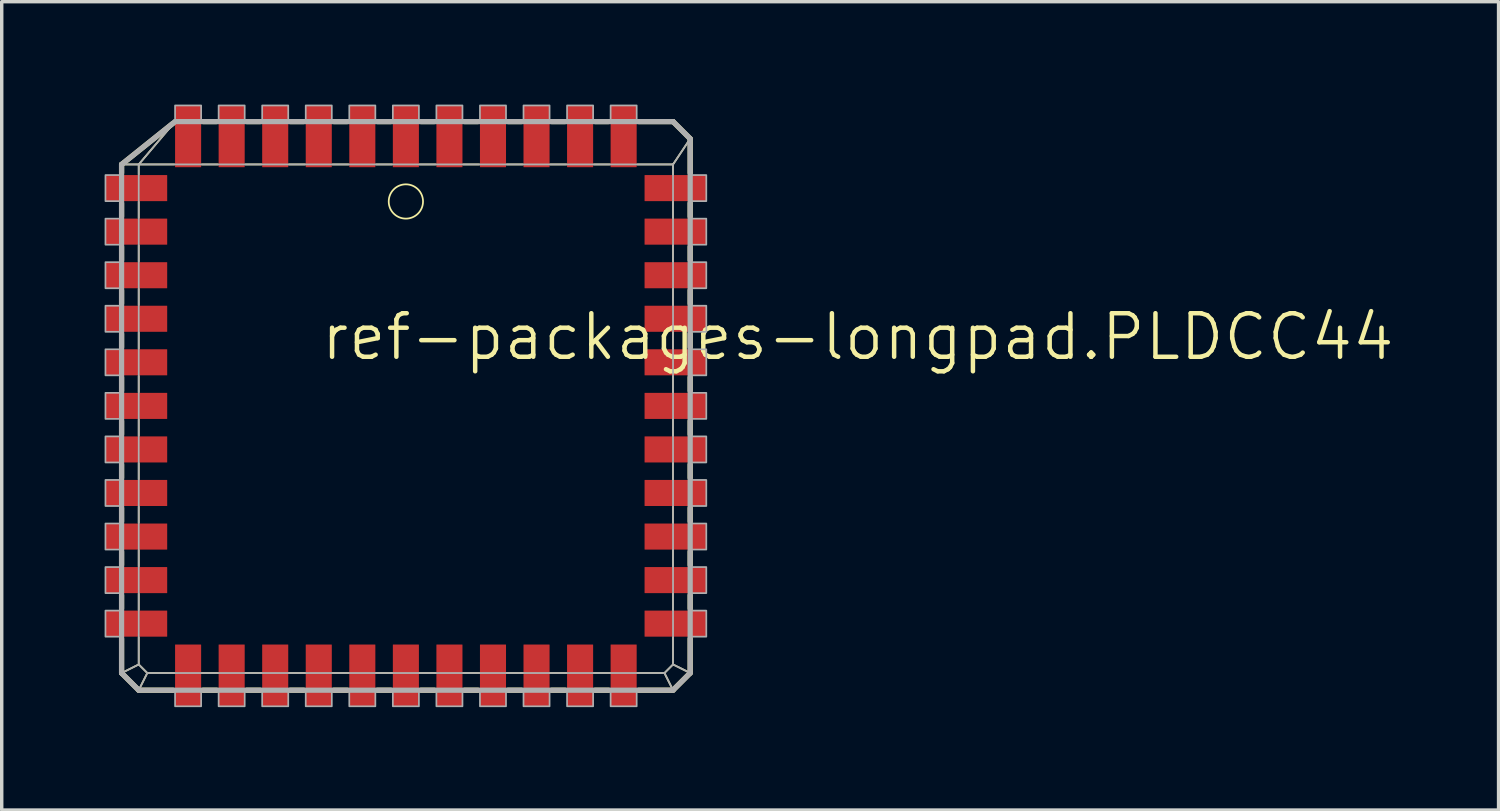
<source format=kicad_pcb>
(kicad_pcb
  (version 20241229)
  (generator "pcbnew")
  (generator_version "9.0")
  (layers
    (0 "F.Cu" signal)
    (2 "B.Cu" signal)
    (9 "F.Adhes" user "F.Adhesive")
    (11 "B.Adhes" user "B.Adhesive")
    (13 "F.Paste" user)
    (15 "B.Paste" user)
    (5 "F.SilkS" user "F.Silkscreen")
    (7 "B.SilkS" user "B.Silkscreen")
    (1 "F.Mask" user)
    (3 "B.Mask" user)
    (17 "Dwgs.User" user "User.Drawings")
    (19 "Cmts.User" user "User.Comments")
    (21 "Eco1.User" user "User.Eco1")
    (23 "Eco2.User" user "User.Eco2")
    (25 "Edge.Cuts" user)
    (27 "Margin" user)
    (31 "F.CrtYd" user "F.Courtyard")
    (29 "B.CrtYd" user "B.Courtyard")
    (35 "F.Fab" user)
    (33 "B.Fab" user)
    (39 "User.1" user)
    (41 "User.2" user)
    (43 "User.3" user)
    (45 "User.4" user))
  (footprint "ref-packages-longpad.PLDCC44"
    (layer "F.Cu")
    (at 8.785 8.785)
    (property "Reference" "ref-packages-longpad.PLDCC44" (at -2.54 -1.27 0) (layer "F.SilkS") (effects (font (size 1.27 1.27) (thickness 0.13)) (justify left bottom)))
    (attr smd)
    (fp_line (start -8.29 -7.04) (end -7.79 -7.04) (stroke (width 0.051) (type default)) (layer "F.SilkS"))
    (fp_line (start -8.29 -7.04) (end -6.79 -8.24) (stroke (width 0.152) (type default)) (layer "F.SilkS"))
    (fp_line (start -8.29 -6.79) (end -8.29 -7.04) (stroke (width 0.152) (type default)) (layer "F.SilkS"))
    (fp_line (start -8.29 -5.52) (end -8.29 -5.91) (stroke (width 0.152) (type default)) (layer "F.SilkS"))
    (fp_line (start -8.29 -4.25) (end -8.29 -4.64) (stroke (width 0.152) (type default)) (layer "F.SilkS"))
    (fp_line (start -8.29 -2.98) (end -8.29 -3.37) (stroke (width 0.152) (type default)) (layer "F.SilkS"))
    (fp_line (start -8.29 -1.71) (end -8.29 -2.1) (stroke (width 0.152) (type default)) (layer "F.SilkS"))
    (fp_line (start -8.29 -0.44) (end -8.29 -0.83) (stroke (width 0.152) (type default)) (layer "F.SilkS"))
    (fp_line (start -8.29 0.83) (end -8.29 0.44) (stroke (width 0.152) (type default)) (layer "F.SilkS"))
    (fp_line (start -8.29 2.1) (end -8.29 1.71) (stroke (width 0.152) (type default)) (layer "F.SilkS"))
    (fp_line (start -8.29 3.37) (end -8.29 2.98) (stroke (width 0.152) (type default)) (layer "F.SilkS"))
    (fp_line (start -8.29 4.64) (end -8.29 4.25) (stroke (width 0.152) (type default)) (layer "F.SilkS"))
    (fp_line (start -8.29 5.91) (end -8.29 5.52) (stroke (width 0.152) (type default)) (layer "F.SilkS"))
    (fp_line (start -8.29 7.79) (end -8.29 6.79) (stroke (width 0.152) (type default)) (layer "F.SilkS"))
    (fp_line (start -8.29 7.79) (end -7.79 7.54) (stroke (width 0.051) (type default)) (layer "F.SilkS"))
    (fp_line (start -7.79 -7.04) (end -6.75 -8.27) (stroke (width 0.051) (type default)) (layer "F.SilkS"))
    (fp_line (start -7.79 -7.04) (end -6.75 -7.04) (stroke (width 0.051) (type default)) (layer "F.SilkS"))
    (fp_line (start -7.79 -6.75) (end -7.79 -7.04) (stroke (width 0.051) (type default)) (layer "F.SilkS"))
    (fp_line (start -7.79 -5.48) (end -7.79 -5.95) (stroke (width 0.051) (type default)) (layer "F.SilkS"))
    (fp_line (start -7.79 -4.21) (end -7.79 -4.68) (stroke (width 0.051) (type default)) (layer "F.SilkS"))
    (fp_line (start -7.79 -2.94) (end -7.79 -3.41) (stroke (width 0.051) (type default)) (layer "F.SilkS"))
    (fp_line (start -7.79 -1.67) (end -7.79 -2.14) (stroke (width 0.051) (type default)) (layer "F.SilkS"))
    (fp_line (start -7.79 -0.4) (end -7.79 -0.87) (stroke (width 0.051) (type default)) (layer "F.SilkS"))
    (fp_line (start -7.79 0.87) (end -7.79 0.4) (stroke (width 0.051) (type default)) (layer "F.SilkS"))
    (fp_line (start -7.79 2.14) (end -7.79 1.67) (stroke (width 0.051) (type default)) (layer "F.SilkS"))
    (fp_line (start -7.79 3.41) (end -7.79 2.94) (stroke (width 0.051) (type default)) (layer "F.SilkS"))
    (fp_line (start -7.79 4.68) (end -7.79 4.21) (stroke (width 0.051) (type default)) (layer "F.SilkS"))
    (fp_line (start -7.79 5.95) (end -7.79 5.48) (stroke (width 0.051) (type default)) (layer "F.SilkS"))
    (fp_line (start -7.79 7.54) (end -7.79 6.75) (stroke (width 0.051) (type default)) (layer "F.SilkS"))
    (fp_line (start -7.79 8.29) (end -8.29 7.79) (stroke (width 0.152) (type default)) (layer "F.SilkS"))
    (fp_line (start -7.79 8.29) (end -7.54 7.79) (stroke (width 0.051) (type default)) (layer "F.SilkS"))
    (fp_line (start -7.54 7.79) (end -7.79 7.54) (stroke (width 0.051) (type default)) (layer "F.SilkS"))
    (fp_line (start -6.79 8.29) (end -7.79 8.29) (stroke (width 0.152) (type default)) (layer "F.SilkS"))
    (fp_line (start -6.75 7.79) (end -7.54 7.79) (stroke (width 0.051) (type default)) (layer "F.SilkS"))
    (fp_line (start -5.95 -7.04) (end -5.48 -7.04) (stroke (width 0.051) (type default)) (layer "F.SilkS"))
    (fp_line (start -5.91 -8.29) (end -5.52 -8.29) (stroke (width 0.152) (type default)) (layer "F.SilkS"))
    (fp_line (start -5.52 8.29) (end -5.91 8.29) (stroke (width 0.152) (type default)) (layer "F.SilkS"))
    (fp_line (start -5.48 7.79) (end -5.95 7.79) (stroke (width 0.051) (type default)) (layer "F.SilkS"))
    (fp_line (start -4.68 -7.04) (end -4.21 -7.04) (stroke (width 0.051) (type default)) (layer "F.SilkS"))
    (fp_line (start -4.64 -8.29) (end -4.25 -8.29) (stroke (width 0.152) (type default)) (layer "F.SilkS"))
    (fp_line (start -4.25 8.29) (end -4.64 8.29) (stroke (width 0.152) (type default)) (layer "F.SilkS"))
    (fp_line (start -4.21 7.79) (end -4.68 7.79) (stroke (width 0.051) (type default)) (layer "F.SilkS"))
    (fp_line (start -3.41 -7.04) (end -2.94 -7.04) (stroke (width 0.051) (type default)) (layer "F.SilkS"))
    (fp_line (start -3.37 -8.29) (end -2.98 -8.29) (stroke (width 0.152) (type default)) (layer "F.SilkS"))
    (fp_line (start -2.98 8.29) (end -3.37 8.29) (stroke (width 0.152) (type default)) (layer "F.SilkS"))
    (fp_line (start -2.94 7.79) (end -3.41 7.79) (stroke (width 0.051) (type default)) (layer "F.SilkS"))
    (fp_line (start -2.14 -7.04) (end -1.67 -7.04) (stroke (width 0.051) (type default)) (layer "F.SilkS"))
    (fp_line (start -2.1 -8.29) (end -1.71 -8.29) (stroke (width 0.152) (type default)) (layer "F.SilkS"))
    (fp_line (start -1.71 8.29) (end -2.1 8.29) (stroke (width 0.152) (type default)) (layer "F.SilkS"))
    (fp_line (start -1.67 7.79) (end -2.14 7.79) (stroke (width 0.051) (type default)) (layer "F.SilkS"))
    (fp_line (start -0.87 -7.04) (end -0.4 -7.04) (stroke (width 0.051) (type default)) (layer "F.SilkS"))
    (fp_line (start -0.83 -8.29) (end -0.44 -8.29) (stroke (width 0.152) (type default)) (layer "F.SilkS"))
    (fp_line (start -0.44 8.29) (end -0.83 8.29) (stroke (width 0.152) (type default)) (layer "F.SilkS"))
    (fp_line (start -0.4 7.79) (end -0.87 7.79) (stroke (width 0.051) (type default)) (layer "F.SilkS"))
    (fp_line (start 0.4 -7.04) (end 0.87 -7.04) (stroke (width 0.051) (type default)) (layer "F.SilkS"))
    (fp_line (start 0.44 -8.29) (end 0.83 -8.29) (stroke (width 0.152) (type default)) (layer "F.SilkS"))
    (fp_line (start 0.83 8.29) (end 0.44 8.29) (stroke (width 0.152) (type default)) (layer "F.SilkS"))
    (fp_line (start 0.87 7.79) (end 0.4 7.79) (stroke (width 0.051) (type default)) (layer "F.SilkS"))
    (fp_line (start 1.67 -7.04) (end 2.14 -7.04) (stroke (width 0.051) (type default)) (layer "F.SilkS"))
    (fp_line (start 1.71 -8.29) (end 2.1 -8.29) (stroke (width 0.152) (type default)) (layer "F.SilkS"))
    (fp_line (start 2.1 8.29) (end 1.71 8.29) (stroke (width 0.152) (type default)) (layer "F.SilkS"))
    (fp_line (start 2.14 7.79) (end 1.67 7.79) (stroke (width 0.051) (type default)) (layer "F.SilkS"))
    (fp_line (start 2.94 -7.04) (end 3.41 -7.04) (stroke (width 0.051) (type default)) (layer "F.SilkS"))
    (fp_line (start 2.98 -8.29) (end 3.37 -8.29) (stroke (width 0.152) (type default)) (layer "F.SilkS"))
    (fp_line (start 3.37 8.29) (end 2.98 8.29) (stroke (width 0.152) (type default)) (layer "F.SilkS"))
    (fp_line (start 3.41 7.79) (end 2.94 7.79) (stroke (width 0.051) (type default)) (layer "F.SilkS"))
    (fp_line (start 4.21 -7.04) (end 4.68 -7.04) (stroke (width 0.051) (type default)) (layer "F.SilkS"))
    (fp_line (start 4.25 -8.29) (end 4.64 -8.29) (stroke (width 0.152) (type default)) (layer "F.SilkS"))
    (fp_line (start 4.64 8.29) (end 4.25 8.29) (stroke (width 0.152) (type default)) (layer "F.SilkS"))
    (fp_line (start 4.68 7.79) (end 4.21 7.79) (stroke (width 0.051) (type default)) (layer "F.SilkS"))
    (fp_line (start 5.48 -7.04) (end 5.95 -7.04) (stroke (width 0.051) (type default)) (layer "F.SilkS"))
    (fp_line (start 5.52 -8.29) (end 5.91 -8.29) (stroke (width 0.152) (type default)) (layer "F.SilkS"))
    (fp_line (start 5.91 8.29) (end 5.52 8.29) (stroke (width 0.152) (type default)) (layer "F.SilkS"))
    (fp_line (start 5.95 7.79) (end 5.48 7.79) (stroke (width 0.051) (type default)) (layer "F.SilkS"))
    (fp_line (start 6.75 -7.04) (end 7.79 -7.04) (stroke (width 0.051) (type default)) (layer "F.SilkS"))
    (fp_line (start 6.79 -8.29) (end 7.79 -8.29) (stroke (width 0.152) (type default)) (layer "F.SilkS"))
    (fp_line (start 7.54 7.79) (end 6.75 7.79) (stroke (width 0.051) (type default)) (layer "F.SilkS"))
    (fp_line (start 7.54 7.79) (end 7.79 8.29) (stroke (width 0.051) (type default)) (layer "F.SilkS"))
    (fp_line (start 7.79 -8.29) (end 8.29 -7.79) (stroke (width 0.152) (type default)) (layer "F.SilkS"))
    (fp_line (start 7.79 -7.04) (end 7.79 -6.75) (stroke (width 0.051) (type default)) (layer "F.SilkS"))
    (fp_line (start 7.79 -5.95) (end 7.79 -5.48) (stroke (width 0.051) (type default)) (layer "F.SilkS"))
    (fp_line (start 7.79 -4.68) (end 7.79 -4.21) (stroke (width 0.051) (type default)) (layer "F.SilkS"))
    (fp_line (start 7.79 -3.41) (end 7.79 -2.94) (stroke (width 0.051) (type default)) (layer "F.SilkS"))
    (fp_line (start 7.79 -2.14) (end 7.79 -1.67) (stroke (width 0.051) (type default)) (layer "F.SilkS"))
    (fp_line (start 7.79 -0.87) (end 7.79 -0.4) (stroke (width 0.051) (type default)) (layer "F.SilkS"))
    (fp_line (start 7.79 0.4) (end 7.79 0.87) (stroke (width 0.051) (type default)) (layer "F.SilkS"))
    (fp_line (start 7.79 1.67) (end 7.79 2.14) (stroke (width 0.051) (type default)) (layer "F.SilkS"))
    (fp_line (start 7.79 2.94) (end 7.79 3.41) (stroke (width 0.051) (type default)) (layer "F.SilkS"))
    (fp_line (start 7.79 4.21) (end 7.79 4.68) (stroke (width 0.051) (type default)) (layer "F.SilkS"))
    (fp_line (start 7.79 5.48) (end 7.79 5.95) (stroke (width 0.051) (type default)) (layer "F.SilkS"))
    (fp_line (start 7.79 6.75) (end 7.79 7.54) (stroke (width 0.051) (type default)) (layer "F.SilkS"))
    (fp_line (start 7.79 7.54) (end 7.54 7.79) (stroke (width 0.051) (type default)) (layer "F.SilkS"))
    (fp_line (start 7.79 7.54) (end 8.29 7.79) (stroke (width 0.051) (type default)) (layer "F.SilkS"))
    (fp_line (start 7.79 8.29) (end 6.79 8.29) (stroke (width 0.152) (type default)) (layer "F.SilkS"))
    (fp_line (start 8.29 -7.79) (end 7.79 -7.04) (stroke (width 0.051) (type default)) (layer "F.SilkS"))
    (fp_line (start 8.29 -7.79) (end 8.29 -6.79) (stroke (width 0.152) (type default)) (layer "F.SilkS"))
    (fp_line (start 8.29 -5.91) (end 8.29 -5.52) (stroke (width 0.152) (type default)) (layer "F.SilkS"))
    (fp_line (start 8.29 -4.64) (end 8.29 -4.25) (stroke (width 0.152) (type default)) (layer "F.SilkS"))
    (fp_line (start 8.29 -3.37) (end 8.29 -2.98) (stroke (width 0.152) (type default)) (layer "F.SilkS"))
    (fp_line (start 8.29 -2.1) (end 8.29 -1.71) (stroke (width 0.152) (type default)) (layer "F.SilkS"))
    (fp_line (start 8.29 -0.83) (end 8.29 -0.44) (stroke (width 0.152) (type default)) (layer "F.SilkS"))
    (fp_line (start 8.29 0.44) (end 8.29 0.83) (stroke (width 0.152) (type default)) (layer "F.SilkS"))
    (fp_line (start 8.29 1.71) (end 8.29 2.1) (stroke (width 0.152) (type default)) (layer "F.SilkS"))
    (fp_line (start 8.29 2.98) (end 8.29 3.37) (stroke (width 0.152) (type default)) (layer "F.SilkS"))
    (fp_line (start 8.29 4.25) (end 8.29 4.64) (stroke (width 0.152) (type default)) (layer "F.SilkS"))
    (fp_line (start 8.29 5.52) (end 8.29 5.91) (stroke (width 0.152) (type default)) (layer "F.SilkS"))
    (fp_line (start 8.29 6.79) (end 8.29 7.79) (stroke (width 0.152) (type default)) (layer "F.SilkS"))
    (fp_line (start 8.29 7.79) (end 7.79 8.29) (stroke (width 0.152) (type default)) (layer "F.SilkS"))
    (fp_circle (center 0 -5.96) (end 0.5 -5.96) (stroke (width 0.051) (type default)) (fill no) (layer "F.SilkS"))
    (fp_line (start -8.29 -7.04) (end -7.79 -7.04) (stroke (width 0.051) (type default)) (layer "F.Fab"))
    (fp_line (start -8.29 -7.04) (end -6.73 -8.29) (stroke (width 0.152) (type default)) (layer "F.Fab"))
    (fp_line (start -8.29 7.79) (end -8.29 -7.04) (stroke (width 0.152) (type default)) (layer "F.Fab"))
    (fp_line (start -8.29 7.79) (end -7.79 7.54) (stroke (width 0.051) (type default)) (layer "F.Fab"))
    (fp_line (start -7.79 -7.04) (end -6.73 -8.29) (stroke (width 0.051) (type default)) (layer "F.Fab"))
    (fp_line (start -7.79 -7.04) (end 7.79 -7.04) (stroke (width 0.051) (type default)) (layer "F.Fab"))
    (fp_line (start -7.79 7.54) (end -7.79 -7.04) (stroke (width 0.051) (type default)) (layer "F.Fab"))
    (fp_line (start -7.79 8.29) (end -8.29 7.79) (stroke (width 0.152) (type default)) (layer "F.Fab"))
    (fp_line (start -7.79 8.29) (end -7.54 7.79) (stroke (width 0.051) (type default)) (layer "F.Fab"))
    (fp_line (start -7.54 7.79) (end -7.79 7.54) (stroke (width 0.051) (type default)) (layer "F.Fab"))
    (fp_line (start -6.73 -8.29) (end 7.79 -8.29) (stroke (width 0.152) (type default)) (layer "F.Fab"))
    (fp_line (start 7.54 7.79) (end -7.54 7.79) (stroke (width 0.051) (type default)) (layer "F.Fab"))
    (fp_line (start 7.54 7.79) (end 7.79 8.29) (stroke (width 0.051) (type default)) (layer "F.Fab"))
    (fp_line (start 7.79 -8.29) (end 8.29 -7.79) (stroke (width 0.152) (type default)) (layer "F.Fab"))
    (fp_line (start 7.79 -7.04) (end 7.79 7.54) (stroke (width 0.051) (type default)) (layer "F.Fab"))
    (fp_line (start 7.79 7.54) (end 7.54 7.79) (stroke (width 0.051) (type default)) (layer "F.Fab"))
    (fp_line (start 7.79 7.54) (end 8.29 7.79) (stroke (width 0.051) (type default)) (layer "F.Fab"))
    (fp_line (start 7.79 8.29) (end -7.79 8.29) (stroke (width 0.152) (type default)) (layer "F.Fab"))
    (fp_line (start 8.29 -7.79) (end 7.79 -7.04) (stroke (width 0.051) (type default)) (layer "F.Fab"))
    (fp_line (start 8.29 -7.79) (end 8.29 7.79) (stroke (width 0.152) (type default)) (layer "F.Fab"))
    (fp_line (start 8.29 7.79) (end 7.79 8.29) (stroke (width 0.152) (type default)) (layer "F.Fab"))
    (fp_rect (start -8.76 -5.97) (end -8.29 -6.73) (stroke (width 0.05) (type default)) (fill no) (layer "F.Fab"))
    (fp_rect (start -8.76 -4.7) (end -8.29 -5.46) (stroke (width 0.05) (type default)) (fill no) (layer "F.Fab"))
    (fp_rect (start -8.76 -3.43) (end -8.29 -4.19) (stroke (width 0.05) (type default)) (fill no) (layer "F.Fab"))
    (fp_rect (start -8.76 -2.16) (end -8.29 -2.92) (stroke (width 0.05) (type default)) (fill no) (layer "F.Fab"))
    (fp_rect (start -8.76 -0.89) (end -8.29 -1.65) (stroke (width 0.05) (type default)) (fill no) (layer "F.Fab"))
    (fp_rect (start -8.76 0.38) (end -8.29 -0.38) (stroke (width 0.05) (type default)) (fill no) (layer "F.Fab"))
    (fp_rect (start -8.76 1.65) (end -8.29 0.89) (stroke (width 0.05) (type default)) (fill no) (layer "F.Fab"))
    (fp_rect (start -8.76 2.92) (end -8.29 2.16) (stroke (width 0.05) (type default)) (fill no) (layer "F.Fab"))
    (fp_rect (start -8.76 4.19) (end -8.29 3.43) (stroke (width 0.05) (type default)) (fill no) (layer "F.Fab"))
    (fp_rect (start -8.76 5.46) (end -8.29 4.7) (stroke (width 0.05) (type default)) (fill no) (layer "F.Fab"))
    (fp_rect (start -8.76 6.73) (end -8.29 5.97) (stroke (width 0.05) (type default)) (fill no) (layer "F.Fab"))
    (fp_rect (start -6.73 -8.29) (end -5.97 -8.76) (stroke (width 0.05) (type default)) (fill no) (layer "F.Fab"))
    (fp_rect (start -6.73 8.76) (end -5.97 8.29) (stroke (width 0.05) (type default)) (fill no) (layer "F.Fab"))
    (fp_rect (start -5.46 -8.29) (end -4.7 -8.76) (stroke (width 0.05) (type default)) (fill no) (layer "F.Fab"))
    (fp_rect (start -5.46 8.76) (end -4.7 8.29) (stroke (width 0.05) (type default)) (fill no) (layer "F.Fab"))
    (fp_rect (start -4.19 -8.29) (end -3.43 -8.76) (stroke (width 0.05) (type default)) (fill no) (layer "F.Fab"))
    (fp_rect (start -4.19 8.76) (end -3.43 8.29) (stroke (width 0.05) (type default)) (fill no) (layer "F.Fab"))
    (fp_rect (start -2.92 -8.29) (end -2.16 -8.76) (stroke (width 0.05) (type default)) (fill no) (layer "F.Fab"))
    (fp_rect (start -2.92 8.76) (end -2.16 8.29) (stroke (width 0.05) (type default)) (fill no) (layer "F.Fab"))
    (fp_rect (start -1.65 -8.29) (end -0.89 -8.76) (stroke (width 0.05) (type default)) (fill no) (layer "F.Fab"))
    (fp_rect (start -1.65 8.76) (end -0.89 8.29) (stroke (width 0.05) (type default)) (fill no) (layer "F.Fab"))
    (fp_rect (start -0.38 -8.29) (end 0.38 -8.76) (stroke (width 0.05) (type default)) (fill no) (layer "F.Fab"))
    (fp_rect (start -0.38 8.76) (end 0.38 8.29) (stroke (width 0.05) (type default)) (fill no) (layer "F.Fab"))
    (fp_rect (start 0.89 -8.29) (end 1.65 -8.76) (stroke (width 0.05) (type default)) (fill no) (layer "F.Fab"))
    (fp_rect (start 0.89 8.76) (end 1.65 8.29) (stroke (width 0.05) (type default)) (fill no) (layer "F.Fab"))
    (fp_rect (start 2.16 -8.29) (end 2.92 -8.76) (stroke (width 0.05) (type default)) (fill no) (layer "F.Fab"))
    (fp_rect (start 2.16 8.76) (end 2.92 8.29) (stroke (width 0.05) (type default)) (fill no) (layer "F.Fab"))
    (fp_rect (start 3.43 -8.29) (end 4.19 -8.76) (stroke (width 0.05) (type default)) (fill no) (layer "F.Fab"))
    (fp_rect (start 3.43 8.76) (end 4.19 8.29) (stroke (width 0.05) (type default)) (fill no) (layer "F.Fab"))
    (fp_rect (start 4.7 -8.29) (end 5.46 -8.76) (stroke (width 0.05) (type default)) (fill no) (layer "F.Fab"))
    (fp_rect (start 4.7 8.76) (end 5.46 8.29) (stroke (width 0.05) (type default)) (fill no) (layer "F.Fab"))
    (fp_rect (start 5.97 -8.29) (end 6.73 -8.76) (stroke (width 0.05) (type default)) (fill no) (layer "F.Fab"))
    (fp_rect (start 5.97 8.76) (end 6.73 8.29) (stroke (width 0.05) (type default)) (fill no) (layer "F.Fab"))
    (fp_rect (start 8.29 -5.97) (end 8.76 -6.73) (stroke (width 0.05) (type default)) (fill no) (layer "F.Fab"))
    (fp_rect (start 8.29 -4.7) (end 8.76 -5.46) (stroke (width 0.05) (type default)) (fill no) (layer "F.Fab"))
    (fp_rect (start 8.29 -3.43) (end 8.76 -4.19) (stroke (width 0.05) (type default)) (fill no) (layer "F.Fab"))
    (fp_rect (start 8.29 -2.16) (end 8.76 -2.92) (stroke (width 0.05) (type default)) (fill no) (layer "F.Fab"))
    (fp_rect (start 8.29 -0.89) (end 8.76 -1.65) (stroke (width 0.05) (type default)) (fill no) (layer "F.Fab"))
    (fp_rect (start 8.29 0.38) (end 8.76 -0.38) (stroke (width 0.05) (type default)) (fill no) (layer "F.Fab"))
    (fp_rect (start 8.29 1.65) (end 8.76 0.89) (stroke (width 0.05) (type default)) (fill no) (layer "F.Fab"))
    (fp_rect (start 8.29 2.92) (end 8.76 2.16) (stroke (width 0.05) (type default)) (fill no) (layer "F.Fab"))
    (fp_rect (start 8.29 4.19) (end 8.76 3.43) (stroke (width 0.05) (type default)) (fill no) (layer "F.Fab"))
    (fp_rect (start 8.29 5.46) (end 8.76 4.7) (stroke (width 0.05) (type default)) (fill no) (layer "F.Fab"))
    (fp_rect (start 8.29 6.73) (end 8.76 5.97) (stroke (width 0.05) (type default)) (fill no) (layer "F.Fab"))
    (pad "1" smd roundrect (at 0 -7.86) (size 0.76 1.8) (layers "F.Cu" "F.Mask" "F.Paste") (roundrect_rratio 0.01))
    (pad "2" smd roundrect (at -1.27 -7.86) (size 0.76 1.8) (layers "F.Cu" "F.Mask" "F.Paste") (roundrect_rratio 0.01))
    (pad "3" smd roundrect (at -2.54 -7.86) (size 0.76 1.8) (layers "F.Cu" "F.Mask" "F.Paste") (roundrect_rratio 0.01))
    (pad "4" smd roundrect (at -3.81 -7.86) (size 0.76 1.8) (layers "F.Cu" "F.Mask" "F.Paste") (roundrect_rratio 0.01))
    (pad "5" smd roundrect (at -5.08 -7.86) (size 0.76 1.8) (layers "F.Cu" "F.Mask" "F.Paste") (roundrect_rratio 0.01))
    (pad "6" smd roundrect (at -6.35 -7.86) (size 0.76 1.8) (layers "F.Cu" "F.Mask" "F.Paste") (roundrect_rratio 0.01))
    (pad "7" smd roundrect (at -7.86 -6.35) (size 1.8 0.76) (layers "F.Cu" "F.Mask" "F.Paste") (roundrect_rratio 0.01))
    (pad "8" smd roundrect (at -7.86 -5.08) (size 1.8 0.76) (layers "F.Cu" "F.Mask" "F.Paste") (roundrect_rratio 0.01))
    (pad "9" smd roundrect (at -7.86 -3.81) (size 1.8 0.76) (layers "F.Cu" "F.Mask" "F.Paste") (roundrect_rratio 0.01))
    (pad "10" smd roundrect (at -7.86 -2.54) (size 1.8 0.76) (layers "F.Cu" "F.Mask" "F.Paste") (roundrect_rratio 0.01))
    (pad "11" smd roundrect (at -7.86 -1.27) (size 1.8 0.76) (layers "F.Cu" "F.Mask" "F.Paste") (roundrect_rratio 0.01))
    (pad "12" smd roundrect (at -7.86 0) (size 1.8 0.76) (layers "F.Cu" "F.Mask" "F.Paste") (roundrect_rratio 0.01))
    (pad "13" smd roundrect (at -7.86 1.27) (size 1.8 0.76) (layers "F.Cu" "F.Mask" "F.Paste") (roundrect_rratio 0.01))
    (pad "14" smd roundrect (at -7.86 2.54) (size 1.8 0.76) (layers "F.Cu" "F.Mask" "F.Paste") (roundrect_rratio 0.01))
    (pad "15" smd roundrect (at -7.86 3.81) (size 1.8 0.76) (layers "F.Cu" "F.Mask" "F.Paste") (roundrect_rratio 0.01))
    (pad "16" smd roundrect (at -7.86 5.08) (size 1.8 0.76) (layers "F.Cu" "F.Mask" "F.Paste") (roundrect_rratio 0.01))
    (pad "17" smd roundrect (at -7.86 6.35) (size 1.8 0.76) (layers "F.Cu" "F.Mask" "F.Paste") (roundrect_rratio 0.01))
    (pad "18" smd roundrect (at -6.35 7.86) (size 0.76 1.8) (layers "F.Cu" "F.Mask" "F.Paste") (roundrect_rratio 0.01))
    (pad "19" smd roundrect (at -5.08 7.86) (size 0.76 1.8) (layers "F.Cu" "F.Mask" "F.Paste") (roundrect_rratio 0.01))
    (pad "20" smd roundrect (at -3.81 7.86) (size 0.76 1.8) (layers "F.Cu" "F.Mask" "F.Paste") (roundrect_rratio 0.01))
    (pad "21" smd roundrect (at -2.54 7.86) (size 0.76 1.8) (layers "F.Cu" "F.Mask" "F.Paste") (roundrect_rratio 0.01))
    (pad "22" smd roundrect (at -1.27 7.86) (size 0.76 1.8) (layers "F.Cu" "F.Mask" "F.Paste") (roundrect_rratio 0.01))
    (pad "23" smd roundrect (at 0 7.86) (size 0.76 1.8) (layers "F.Cu" "F.Mask" "F.Paste") (roundrect_rratio 0.01))
    (pad "24" smd roundrect (at 1.27 7.86) (size 0.76 1.8) (layers "F.Cu" "F.Mask" "F.Paste") (roundrect_rratio 0.01))
    (pad "25" smd roundrect (at 2.54 7.86) (size 0.76 1.8) (layers "F.Cu" "F.Mask" "F.Paste") (roundrect_rratio 0.01))
    (pad "26" smd roundrect (at 3.81 7.86) (size 0.76 1.8) (layers "F.Cu" "F.Mask" "F.Paste") (roundrect_rratio 0.01))
    (pad "27" smd roundrect (at 5.08 7.86) (size 0.76 1.8) (layers "F.Cu" "F.Mask" "F.Paste") (roundrect_rratio 0.01))
    (pad "28" smd roundrect (at 6.35 7.86) (size 0.76 1.8) (layers "F.Cu" "F.Mask" "F.Paste") (roundrect_rratio 0.01))
    (pad "29" smd roundrect (at 7.86 6.35) (size 1.8 0.76) (layers "F.Cu" "F.Mask" "F.Paste") (roundrect_rratio 0.01))
    (pad "30" smd roundrect (at 7.86 5.08) (size 1.8 0.76) (layers "F.Cu" "F.Mask" "F.Paste") (roundrect_rratio 0.01))
    (pad "31" smd roundrect (at 7.86 3.81) (size 1.8 0.76) (layers "F.Cu" "F.Mask" "F.Paste") (roundrect_rratio 0.01))
    (pad "32" smd roundrect (at 7.86 2.54) (size 1.8 0.76) (layers "F.Cu" "F.Mask" "F.Paste") (roundrect_rratio 0.01))
    (pad "33" smd roundrect (at 7.86 1.27) (size 1.8 0.76) (layers "F.Cu" "F.Mask" "F.Paste") (roundrect_rratio 0.01))
    (pad "34" smd roundrect (at 7.86 0) (size 1.8 0.76) (layers "F.Cu" "F.Mask" "F.Paste") (roundrect_rratio 0.01))
    (pad "35" smd roundrect (at 7.86 -1.27) (size 1.8 0.76) (layers "F.Cu" "F.Mask" "F.Paste") (roundrect_rratio 0.01))
    (pad "36" smd roundrect (at 7.86 -2.54) (size 1.8 0.76) (layers "F.Cu" "F.Mask" "F.Paste") (roundrect_rratio 0.01))
    (pad "37" smd roundrect (at 7.86 -3.81) (size 1.8 0.76) (layers "F.Cu" "F.Mask" "F.Paste") (roundrect_rratio 0.01))
    (pad "38" smd roundrect (at 7.86 -5.08) (size 1.8 0.76) (layers "F.Cu" "F.Mask" "F.Paste") (roundrect_rratio 0.01))
    (pad "39" smd roundrect (at 7.86 -6.35) (size 1.8 0.76) (layers "F.Cu" "F.Mask" "F.Paste") (roundrect_rratio 0.01))
    (pad "40" smd roundrect (at 6.35 -7.86) (size 0.76 1.8) (layers "F.Cu" "F.Mask" "F.Paste") (roundrect_rratio 0.01))
    (pad "41" smd roundrect (at 5.08 -7.86) (size 0.76 1.8) (layers "F.Cu" "F.Mask" "F.Paste") (roundrect_rratio 0.01))
    (pad "42" smd roundrect (at 3.81 -7.86) (size 0.76 1.8) (layers "F.Cu" "F.Mask" "F.Paste") (roundrect_rratio 0.01))
    (pad "43" smd roundrect (at 2.54 -7.86) (size 0.76 1.8) (layers "F.Cu" "F.Mask" "F.Paste") (roundrect_rratio 0.01))
    (pad "44" smd roundrect (at 1.27 -7.86) (size 0.76 1.8) (layers "F.Cu" "F.Mask" "F.Paste") (roundrect_rratio 0.01)))
  (gr_rect
    (start -3 -3)
    (end 40.647 20.57)
    (stroke (width 0.1) (type default))
    (fill no)
    (layer "Edge.Cuts")))
</source>
